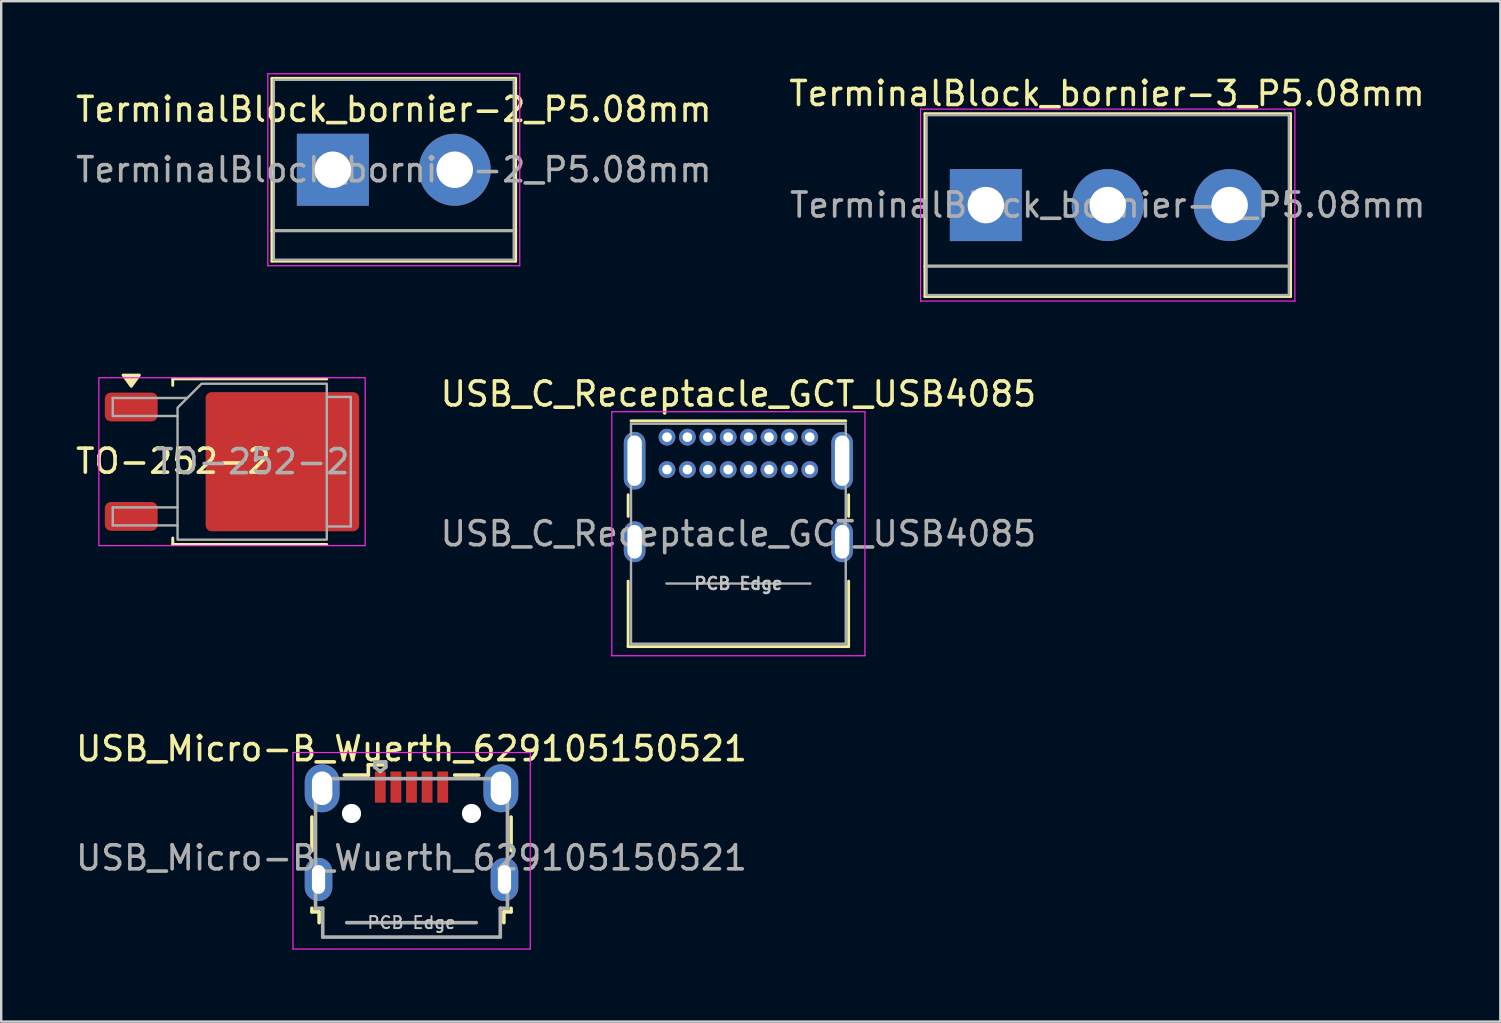
<source format=kicad_pcb>
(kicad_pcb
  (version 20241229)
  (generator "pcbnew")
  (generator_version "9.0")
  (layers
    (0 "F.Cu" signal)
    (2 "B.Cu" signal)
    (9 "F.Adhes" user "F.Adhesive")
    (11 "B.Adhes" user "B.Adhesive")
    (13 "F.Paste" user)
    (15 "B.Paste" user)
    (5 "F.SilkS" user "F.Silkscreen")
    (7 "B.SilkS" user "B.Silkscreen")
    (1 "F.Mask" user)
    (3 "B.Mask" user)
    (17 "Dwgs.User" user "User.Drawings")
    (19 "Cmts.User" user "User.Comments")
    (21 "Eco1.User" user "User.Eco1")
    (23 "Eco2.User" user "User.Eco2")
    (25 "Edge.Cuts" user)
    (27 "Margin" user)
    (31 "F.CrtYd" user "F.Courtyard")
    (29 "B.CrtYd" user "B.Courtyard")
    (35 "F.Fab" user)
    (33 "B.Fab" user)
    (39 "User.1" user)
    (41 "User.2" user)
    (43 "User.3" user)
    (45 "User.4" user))
  (footprint "USB_C_Receptacle_GCT_USB4085"
    (layer "F.Cu")
    (at 24.75 15.171)
    (property "Reference" "USB_C_Receptacle_GCT_USB4085" (at 2.975 -1.8 180) (layer "F.SilkS") (effects (font (size 1 1) (thickness 0.15))))
    (attr through_hole)
    (fp_line (start -1.62 2.4) (end -1.62 3.3) (stroke (width 0.12) (type solid)) (layer "F.SilkS"))
    (fp_line (start -1.62 6) (end -1.62 8.73) (stroke (width 0.12) (type solid)) (layer "F.SilkS"))
    (fp_line (start -1.62 8.73) (end 7.57 8.73) (stroke (width 0.12) (type solid)) (layer "F.SilkS"))
    (fp_line (start -1.5 -0.68) (end 7.45 -0.68) (stroke (width 0.12) (type solid)) (layer "F.SilkS"))
    (fp_line (start 7.57 2.4) (end 7.57 3.3) (stroke (width 0.12) (type solid)) (layer "F.SilkS"))
    (fp_line (start 7.57 6) (end 7.57 8.73) (stroke (width 0.12) (type solid)) (layer "F.SilkS"))
    (fp_line (start -2.3 -1.06) (end -2.3 9.11) (stroke (width 0.05) (type solid)) (layer "F.CrtYd"))
    (fp_line (start -2.3 -1.06) (end 8.25 -1.06) (stroke (width 0.05) (type solid)) (layer "F.CrtYd"))
    (fp_line (start -2.3 9.11) (end 8.25 9.11) (stroke (width 0.05) (type solid)) (layer "F.CrtYd"))
    (fp_line (start 8.25 -1.06) (end 8.25 9.11) (stroke (width 0.05) (type solid)) (layer "F.CrtYd"))
    (fp_line (start -1.5 -0.56) (end -1.5 8.61) (stroke (width 0.1) (type solid)) (layer "F.Fab"))
    (fp_line (start -1.5 -0.56) (end 7.45 -0.56) (stroke (width 0.1) (type solid)) (layer "F.Fab"))
    (fp_line (start -1.5 8.61) (end 7.45 8.61) (stroke (width 0.1) (type solid)) (layer "F.Fab"))
    (fp_line (start -0.025 6.1) (end 5.975 6.1) (stroke (width 0.1) (type solid)) (layer "F.Fab"))
    (fp_line (start 7.45 -0.56) (end 7.45 8.61) (stroke (width 0.1) (type solid)) (layer "F.Fab"))
    (fp_text user "PCB Edge" (at 2.975 6.1 180) (layer "Dwgs.User") (effects (font (size 0.5 0.5) (thickness 0.1))))
    (fp_text user "${REFERENCE}" (at 2.975 4.025 180) (layer "F.Fab") (effects (font (size 1 1) (thickness 0.15))))
    (pad "A1" thru_hole circle (at 0 0) (size 0.7 0.7) (drill 0.4) (layers "*.Cu" "*.Mask"))
    (pad "A4" thru_hole circle (at 0.85 0) (size 0.7 0.7) (drill 0.4) (layers "*.Cu" "*.Mask"))
    (pad "A5" thru_hole circle (at 1.7 0) (size 0.7 0.7) (drill 0.4) (layers "*.Cu" "*.Mask"))
    (pad "A6" thru_hole circle (at 2.55 0) (size 0.7 0.7) (drill 0.4) (layers "*.Cu" "*.Mask"))
    (pad "A7" thru_hole circle (at 3.4 0) (size 0.7 0.7) (drill 0.4) (layers "*.Cu" "*.Mask"))
    (pad "A8" thru_hole circle (at 4.25 0) (size 0.7 0.7) (drill 0.4) (layers "*.Cu" "*.Mask"))
    (pad "A9" thru_hole circle (at 5.1 0) (size 0.7 0.7) (drill 0.4) (layers "*.Cu" "*.Mask"))
    (pad "A12" thru_hole circle (at 5.95 0) (size 0.7 0.7) (drill 0.4) (layers "*.Cu" "*.Mask"))
    (pad "B1" thru_hole circle (at 5.95 1.35) (size 0.7 0.7) (drill 0.4) (layers "*.Cu" "*.Mask"))
    (pad "B4" thru_hole circle (at 5.1 1.35) (size 0.7 0.7) (drill 0.4) (layers "*.Cu" "*.Mask"))
    (pad "B5" thru_hole circle (at 4.25 1.35) (size 0.7 0.7) (drill 0.4) (layers "*.Cu" "*.Mask"))
    (pad "B6" thru_hole circle (at 3.4 1.35) (size 0.7 0.7) (drill 0.4) (layers "*.Cu" "*.Mask"))
    (pad "B7" thru_hole circle (at 2.55 1.35) (size 0.7 0.7) (drill 0.4) (layers "*.Cu" "*.Mask"))
    (pad "B8" thru_hole circle (at 1.7 1.35) (size 0.7 0.7) (drill 0.4) (layers "*.Cu" "*.Mask"))
    (pad "B9" thru_hole circle (at 0.85 1.35) (size 0.7 0.7) (drill 0.4) (layers "*.Cu" "*.Mask"))
    (pad "B12" thru_hole circle (at 0 1.35) (size 0.7 0.7) (drill 0.4) (layers "*.Cu" "*.Mask"))
    (pad "S1" thru_hole oval (at -1.35 0.98) (size 0.9 2.4) (drill oval 0.6 2.1) (layers "*.Cu" "*.Mask"))
    (pad "S1" thru_hole oval (at -1.35 4.36) (size 0.9 1.7) (drill oval 0.6 1.4) (layers "*.Cu" "*.Mask"))
    (pad "S1" thru_hole oval (at 7.3 0.98) (size 0.9 2.4) (drill oval 0.6 2.1) (layers "*.Cu" "*.Mask"))
    (pad "S1" thru_hole oval (at 7.3 4.36) (size 0.9 1.7) (drill oval 0.6 1.4) (layers "*.Cu" "*.Mask")))
  (footprint "TO-252-2"
    (layer "F.Cu")
    (at 7.46 16.193)
    (property "Reference" "TO-252-2" (at -3.287 -0.019 180) (layer "F.SilkS") (effects (font (size 1 1) (thickness 0.15))))
    (attr smd)
    (fp_line (start -3.31 -3.45) (end -3.31 -3.18) (stroke (width 0.12) (type solid)) (layer "F.SilkS"))
    (fp_line (start -3.31 3.45) (end -3.31 3.18) (stroke (width 0.12) (type solid)) (layer "F.SilkS"))
    (fp_line (start 3.11 -3.45) (end -3.31 -3.45) (stroke (width 0.12) (type solid)) (layer "F.SilkS"))
    (fp_line (start 3.11 3.45) (end -3.31 3.45) (stroke (width 0.12) (type solid)) (layer "F.SilkS"))
    (fp_poly (pts (xy -5.04 -3.14) (xy -5.38 -3.61) (xy -4.7 -3.61)) (stroke (width 0.12) (type solid)) (fill yes) (layer "F.SilkS"))
    (fp_rect (start -6.39 -3.5) (end 4.71 3.5) (stroke (width 0.05) (type solid)) (fill no) (layer "F.CrtYd"))
    (fp_line (start -5.81 -2.655) (end -5.81 -1.905) (stroke (width 0.1) (type solid)) (layer "F.Fab"))
    (fp_line (start -5.81 -1.905) (end -3.11 -1.905) (stroke (width 0.1) (type solid)) (layer "F.Fab"))
    (fp_line (start -5.81 1.905) (end -5.81 2.655) (stroke (width 0.1) (type solid)) (layer "F.Fab"))
    (fp_line (start -5.81 2.655) (end -3.11 2.655) (stroke (width 0.1) (type solid)) (layer "F.Fab"))
    (fp_line (start -3.11 1.905) (end -5.81 1.905) (stroke (width 0.1) (type solid)) (layer "F.Fab"))
    (fp_line (start -2.705 -2.655) (end -5.81 -2.655) (stroke (width 0.1) (type solid)) (layer "F.Fab"))
    (fp_line (start 3.11 -2.7) (end 4.11 -2.7) (stroke (width 0.1) (type solid)) (layer "F.Fab"))
    (fp_line (start 4.11 -2.7) (end 4.11 2.7) (stroke (width 0.1) (type solid)) (layer "F.Fab"))
    (fp_line (start 4.11 2.7) (end 3.11 2.7) (stroke (width 0.1) (type solid)) (layer "F.Fab"))
    (fp_poly (pts (xy 3.11 -3.25) (xy 3.11 3.25) (xy -3.11 3.25) (xy -3.11 -2.25) (xy -2.11 -3.25)) (stroke (width 0.1) (type solid)) (fill no) (layer "F.Fab"))
    (fp_text user "${REFERENCE}" (at 0 0 180) (layer "F.Fab") (effects (font (size 1 1) (thickness 0.15))))
    (pad "" smd roundrect (at -0.415 -1.525) (size 3.05 2.75) (layers "F.Paste") (roundrect_rratio 0.091))
    (pad "" smd roundrect (at -0.415 1.525) (size 3.05 2.75) (layers "F.Paste") (roundrect_rratio 0.091))
    (pad "" smd roundrect (at 2.935 -1.525) (size 3.05 2.75) (layers "F.Paste") (roundrect_rratio 0.091))
    (pad "" smd roundrect (at 2.935 1.525) (size 3.05 2.75) (layers "F.Paste") (roundrect_rratio 0.091))
    (pad "1" smd roundrect (at -5.04 -2.28) (size 2.2 1.2) (layers "F.Cu" "F.Mask" "F.Paste") (roundrect_rratio 0.208))
    (pad "2" smd roundrect (at 1.26 0) (size 6.4 5.8) (layers "F.Cu" "F.Mask") (roundrect_rratio 0.043))
    (pad "3" smd roundrect (at -5.04 2.28) (size 2.2 1.2) (layers "F.Cu" "F.Mask" "F.Paste") (roundrect_rratio 0.208)))
  (footprint "TerminalBlock_bornier-2_P5.08mm"
    (layer "F.Cu")
    (at 10.823 4.025)
    (property "Reference" "TerminalBlock_bornier-2_P5.08mm" (at 2.54 -2.515 180) (layer "F.SilkS") (effects (font (size 1 1) (thickness 0.15))))
    (attr through_hole)
    (fp_line (start -2.54 -3.81) (end -2.54 3.81) (stroke (width 0.12) (type solid)) (layer "F.SilkS"))
    (fp_line (start -2.54 3.81) (end 7.62 3.81) (stroke (width 0.12) (type solid)) (layer "F.SilkS"))
    (fp_line (start 7.62 -3.81) (end -2.54 -3.81) (stroke (width 0.12) (type solid)) (layer "F.SilkS"))
    (fp_line (start 7.62 2.54) (end -2.54 2.54) (stroke (width 0.12) (type solid)) (layer "F.SilkS"))
    (fp_line (start 7.62 3.81) (end 7.62 -3.81) (stroke (width 0.12) (type solid)) (layer "F.SilkS"))
    (fp_line (start -2.71 -4) (end -2.71 4) (stroke (width 0.05) (type solid)) (layer "F.CrtYd"))
    (fp_line (start -2.71 -4) (end 7.79 -4) (stroke (width 0.05) (type solid)) (layer "F.CrtYd"))
    (fp_line (start 7.79 4) (end -2.71 4) (stroke (width 0.05) (type solid)) (layer "F.CrtYd"))
    (fp_line (start 7.79 4) (end 7.79 -4) (stroke (width 0.05) (type solid)) (layer "F.CrtYd"))
    (fp_line (start -2.46 -3.75) (end -2.46 3.75) (stroke (width 0.1) (type solid)) (layer "F.Fab"))
    (fp_line (start -2.46 3.75) (end 7.54 3.75) (stroke (width 0.1) (type solid)) (layer "F.Fab"))
    (fp_line (start -2.41 2.55) (end 7.49 2.55) (stroke (width 0.1) (type solid)) (layer "F.Fab"))
    (fp_line (start 7.54 -3.75) (end -2.46 -3.75) (stroke (width 0.1) (type solid)) (layer "F.Fab"))
    (fp_line (start 7.54 3.75) (end 7.54 -3.75) (stroke (width 0.1) (type solid)) (layer "F.Fab"))
    (fp_text user "${REFERENCE}" (at 2.54 0 180) (layer "F.Fab") (effects (font (size 1 1) (thickness 0.15))))
    (pad "1" thru_hole rect (at 0 0) (size 3 3) (drill 1.52) (layers "*.Cu" "*.Mask"))
    (pad "2" thru_hole circle (at 5.08 0) (size 3 3) (drill 1.52) (layers "*.Cu" "*.Mask")))
  (footprint "USB_Micro-B_Wuerth_629105150521"
    (layer "F.Cu")
    (at 14.101 31.655)
    (property "Reference" "USB_Micro-B_Wuerth_629105150521" (at 0 -3.5 180) (layer "F.SilkS") (effects (font (size 1 1) (thickness 0.15))))
    (attr smd)
    (fp_line (start -4.15 -0.65) (end -4.15 0.75) (stroke (width 0.15) (type solid)) (layer "F.SilkS"))
    (fp_line (start -4.15 3.15) (end -4.15 3.3) (stroke (width 0.15) (type solid)) (layer "F.SilkS"))
    (fp_line (start -4.15 3.3) (end -3.85 3.3) (stroke (width 0.15) (type solid)) (layer "F.SilkS"))
    (fp_line (start -3.85 3.3) (end -3.85 3.75) (stroke (width 0.15) (type solid)) (layer "F.SilkS"))
    (fp_line (start -1.8 -2.825) (end -1.8 -2.4) (stroke (width 0.15) (type solid)) (layer "F.SilkS"))
    (fp_line (start -1.8 -2.4) (end -2.8 -2.4) (stroke (width 0.15) (type solid)) (layer "F.SilkS"))
    (fp_line (start -1.075 -2.825) (end -1.8 -2.825) (stroke (width 0.15) (type solid)) (layer "F.SilkS"))
    (fp_line (start 1.8 -2.4) (end 2.8 -2.4) (stroke (width 0.15) (type solid)) (layer "F.SilkS"))
    (fp_line (start 3.85 3.3) (end 4.15 3.3) (stroke (width 0.15) (type solid)) (layer "F.SilkS"))
    (fp_line (start 3.85 3.75) (end 3.85 3.3) (stroke (width 0.15) (type solid)) (layer "F.SilkS"))
    (fp_line (start 4.15 0.75) (end 4.15 -0.65) (stroke (width 0.15) (type solid)) (layer "F.SilkS"))
    (fp_line (start 4.15 3.3) (end 4.15 3.15) (stroke (width 0.15) (type solid)) (layer "F.SilkS"))
    (fp_line (start -4.94 -3.34) (end -4.94 4.85) (stroke (width 0.05) (type solid)) (layer "F.CrtYd"))
    (fp_line (start -4.94 4.85) (end 4.95 4.85) (stroke (width 0.05) (type solid)) (layer "F.CrtYd"))
    (fp_line (start 4.95 -3.34) (end -4.94 -3.34) (stroke (width 0.05) (type solid)) (layer "F.CrtYd"))
    (fp_line (start 4.95 4.85) (end 4.95 -3.34) (stroke (width 0.05) (type solid)) (layer "F.CrtYd"))
    (fp_line (start -4 -2.25) (end -4 3.15) (stroke (width 0.15) (type solid)) (layer "F.Fab"))
    (fp_line (start -4 3.15) (end -3.7 3.15) (stroke (width 0.15) (type solid)) (layer "F.Fab"))
    (fp_line (start -3.7 3.15) (end -3.7 4.35) (stroke (width 0.15) (type solid)) (layer "F.Fab"))
    (fp_line (start -3.7 4.35) (end 3.7 4.35) (stroke (width 0.15) (type solid)) (layer "F.Fab"))
    (fp_line (start -2.7 3.75) (end 2.7 3.75) (stroke (width 0.15) (type solid)) (layer "F.Fab"))
    (fp_line (start -1.525 -2.95) (end -1.075 -2.95) (stroke (width 0.15) (type solid)) (layer "F.Fab"))
    (fp_line (start -1.525 -2.725) (end -1.525 -2.95) (stroke (width 0.15) (type solid)) (layer "F.Fab"))
    (fp_line (start -1.3 -2.55) (end -1.525 -2.725) (stroke (width 0.15) (type solid)) (layer "F.Fab"))
    (fp_line (start -1.075 -2.95) (end -1.075 -2.725) (stroke (width 0.15) (type solid)) (layer "F.Fab"))
    (fp_line (start -1.075 -2.725) (end -1.3 -2.55) (stroke (width 0.15) (type solid)) (layer "F.Fab"))
    (fp_line (start 3.7 3.15) (end 4 3.15) (stroke (width 0.15) (type solid)) (layer "F.Fab"))
    (fp_line (start 3.7 4.35) (end 3.7 3.15) (stroke (width 0.15) (type solid)) (layer "F.Fab"))
    (fp_line (start 4 -2.25) (end -4 -2.25) (stroke (width 0.15) (type solid)) (layer "F.Fab"))
    (fp_line (start 4 3.15) (end 4 -2.25) (stroke (width 0.15) (type solid)) (layer "F.Fab"))
    (fp_text user "PCB Edge" (at 0 3.75 180) (layer "Dwgs.User") (effects (font (size 0.5 0.5) (thickness 0.08))))
    (fp_text user "${REFERENCE}" (at 0 1.05 180) (layer "F.Fab") (effects (font (size 1 1) (thickness 0.15))))
    (pad "" np_thru_hole oval (at -2.5 -0.8) (size 0.8 0.8) (drill 0.8) (layers "*.Cu" "*.Mask"))
    (pad "" np_thru_hole oval (at 2.5 -0.8) (size 0.8 0.8) (drill 0.8) (layers "*.Cu" "*.Mask"))
    (pad "1" smd rect (at -1.3 -1.9) (size 0.45 1.3) (layers "F.Cu" "F.Mask" "F.Paste"))
    (pad "2" smd rect (at -0.65 -1.9) (size 0.45 1.3) (layers "F.Cu" "F.Mask" "F.Paste"))
    (pad "3" smd rect (at 0 -1.9) (size 0.45 1.3) (layers "F.Cu" "F.Mask" "F.Paste"))
    (pad "4" smd rect (at 0.65 -1.9) (size 0.45 1.3) (layers "F.Cu" "F.Mask" "F.Paste"))
    (pad "5" smd rect (at 1.3 -1.9) (size 0.45 1.3) (layers "F.Cu" "F.Mask" "F.Paste"))
    (pad "6" thru_hole oval (at -3.875 1.95) (size 1.15 1.8) (drill oval 0.55 1.2) (property pad_prop_heatsink) (layers "*.Cu" "*.Mask"))
    (pad "6" thru_hole oval (at -3.725 -1.85) (size 1.45 2) (drill oval 0.85 1.4) (property pad_prop_heatsink) (layers "*.Cu" "*.Mask"))
    (pad "6" thru_hole oval (at 3.725 -1.85) (size 1.45 2) (drill oval 0.85 1.4) (property pad_prop_heatsink) (layers "*.Cu" "*.Mask"))
    (pad "6" thru_hole oval (at 3.875 1.95) (size 1.15 1.8) (drill oval 0.55 1.2) (property pad_prop_heatsink) (layers "*.Cu" "*.Mask")))
  (footprint "TerminalBlock_bornier-3_P5.08mm"
    (layer "F.Cu")
    (at 38.039 5.498)
    (property "Reference" "TerminalBlock_bornier-3_P5.08mm" (at 5.05 -4.65 0) (layer "F.SilkS") (effects (font (size 1 1) (thickness 0.15))))
    (attr through_hole)
    (fp_line (start -2.54 -3.81) (end 12.7 -3.81) (stroke (width 0.12) (type solid)) (layer "F.SilkS"))
    (fp_line (start -2.54 2.54) (end 12.7 2.54) (stroke (width 0.12) (type solid)) (layer "F.SilkS"))
    (fp_line (start -2.54 3.81) (end -2.54 -3.81) (stroke (width 0.12) (type solid)) (layer "F.SilkS"))
    (fp_line (start -2.54 3.81) (end 12.7 3.81) (stroke (width 0.12) (type solid)) (layer "F.SilkS"))
    (fp_line (start 12.7 3.81) (end 12.7 -3.81) (stroke (width 0.12) (type solid)) (layer "F.SilkS"))
    (fp_line (start -2.72 -4) (end -2.72 4) (stroke (width 0.05) (type solid)) (layer "F.CrtYd"))
    (fp_line (start -2.72 -4) (end 12.88 -4) (stroke (width 0.05) (type solid)) (layer "F.CrtYd"))
    (fp_line (start 12.88 4) (end -2.72 4) (stroke (width 0.05) (type solid)) (layer "F.CrtYd"))
    (fp_line (start 12.88 4) (end 12.88 -4) (stroke (width 0.05) (type solid)) (layer "F.CrtYd"))
    (fp_line (start -2.47 -3.75) (end 12.63 -3.75) (stroke (width 0.1) (type solid)) (layer "F.Fab"))
    (fp_line (start -2.47 2.55) (end 12.63 2.55) (stroke (width 0.1) (type solid)) (layer "F.Fab"))
    (fp_line (start -2.47 3.75) (end -2.47 -3.75) (stroke (width 0.1) (type solid)) (layer "F.Fab"))
    (fp_line (start 12.63 -3.75) (end 12.63 3.75) (stroke (width 0.1) (type solid)) (layer "F.Fab"))
    (fp_line (start 12.63 3.75) (end -2.47 3.75) (stroke (width 0.1) (type solid)) (layer "F.Fab"))
    (fp_text user "${REFERENCE}" (at 5.08 0 0) (layer "F.Fab") (effects (font (size 1 1) (thickness 0.15))))
    (pad "1" thru_hole rect (at 0 0) (size 3 3) (drill 1.52) (layers "*.Cu" "*.Mask"))
    (pad "2" thru_hole circle (at 5.08 0) (size 3 3) (drill 1.52) (layers "*.Cu" "*.Mask"))
    (pad "3" thru_hole circle (at 10.16 0) (size 3 3) (drill 1.52) (layers "*.Cu" "*.Mask")))
  (gr_rect
    (start -3 -3)
    (end 59.482 39.53)
    (stroke (width 0.1) (type default))
    (fill no)
    (layer "Edge.Cuts")))
</source>
